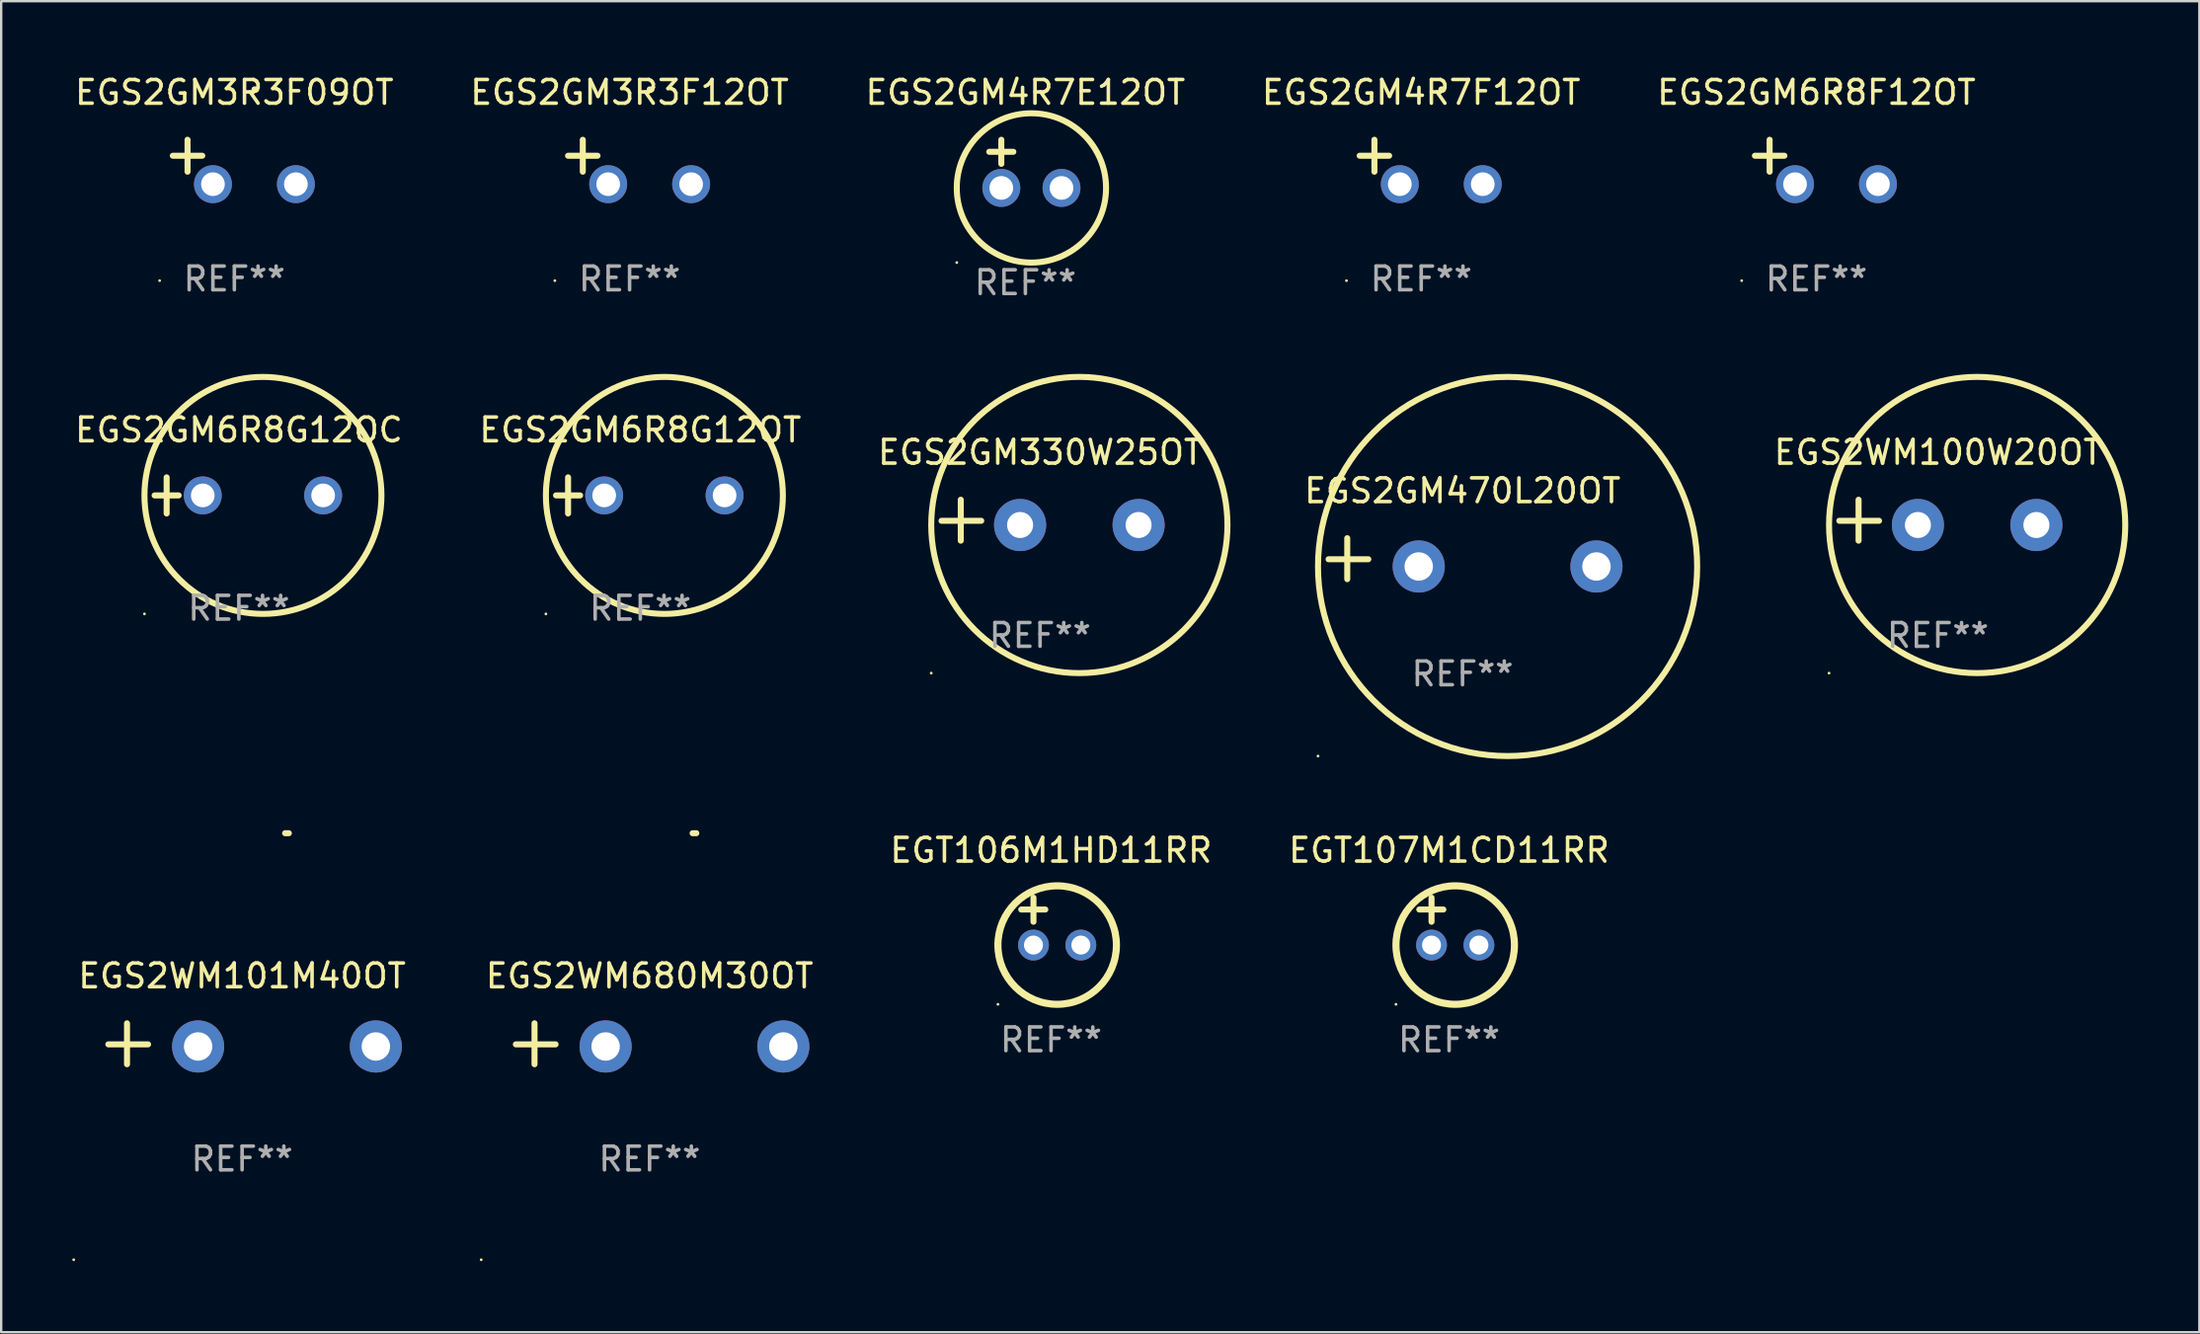
<source format=kicad_pcb>
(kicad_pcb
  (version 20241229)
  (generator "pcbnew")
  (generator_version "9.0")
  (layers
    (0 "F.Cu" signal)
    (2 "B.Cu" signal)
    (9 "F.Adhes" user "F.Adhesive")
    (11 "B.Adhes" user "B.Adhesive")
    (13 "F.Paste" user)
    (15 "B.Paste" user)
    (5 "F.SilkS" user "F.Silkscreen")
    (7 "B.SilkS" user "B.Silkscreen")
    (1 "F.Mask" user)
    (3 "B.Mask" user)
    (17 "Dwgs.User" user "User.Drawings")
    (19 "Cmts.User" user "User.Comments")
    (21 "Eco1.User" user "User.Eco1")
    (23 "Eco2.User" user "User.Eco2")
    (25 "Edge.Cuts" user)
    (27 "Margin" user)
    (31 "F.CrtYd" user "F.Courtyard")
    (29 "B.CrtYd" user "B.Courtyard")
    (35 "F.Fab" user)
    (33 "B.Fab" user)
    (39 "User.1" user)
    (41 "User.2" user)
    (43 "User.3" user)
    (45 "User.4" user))
  (footprint "EGS2WM101M40OT"
    (layer "F.Cu")
    (at 7.166 40.996)
    (property "Reference" "EGS2WM101M40OT" (at 0 -2.864 0) (layer "F.SilkS") (effects (font (size 1 1) (thickness 0.15))))
    (attr through_hole)
    (fp_line (start -4.856 0.864) (end -4.856 -0.864) (stroke (width 0.254) (type solid)) (layer "F.SilkS"))
    (fp_line (start -3.967 0.025) (end -5.644 0.025) (stroke (width 0.254) (type solid)) (layer "F.SilkS"))
    (fp_arc (start 1.815024 -8.885649) (mid 1.893764 -8.88599) (end 1.972504 -8.885649) (stroke (width 0.254001) (type solid)) (layer "F.SilkS"))
    (fp_circle (center -7.106 9.114) (end -7.076 9.114) (stroke (width 0.06) (type solid)) (fill no) (layer "F.SilkS"))
    (fp_text user "REF**" (at 0 4.864 0) (layer "F.Fab") (effects (font (size 1 1) (thickness 0.15))))
    (pad "1" thru_hole circle (at -1.856 0.114) (size 2.2 2.2) (drill 1.2) (layers "*.Cu" "*.Mask"))
    (pad "2" thru_hole circle (at 5.644 0.114) (size 2.2 2.2) (drill 1.2) (layers "*.Cu" "*.Mask")))
  (footprint "EGS2GM6R8G12OT"
    (layer "F.Cu")
    (at 23.97 17.856)
    (property "Reference" "EGS2GM6R8G12OT" (at 0 -2.762 0) (layer "F.SilkS") (effects (font (size 1 1) (thickness 0.15))))
    (attr through_hole)
    (fp_line (start -3.556 0) (end -2.54 0) (stroke (width 0.254) (type solid)) (layer "F.SilkS"))
    (fp_line (start -3.048 -0.762) (end -3.048 0.762) (stroke (width 0.254) (type solid)) (layer "F.SilkS"))
    (fp_circle (center -3.984 5) (end -3.954 5) (stroke (width 0.06) (type solid)) (fill no) (layer "F.SilkS"))
    (fp_circle (center 1.016 0) (end 6.016 0) (stroke (width 0.254) (type solid)) (fill no) (layer "F.SilkS"))
    (fp_text user "REF**" (at 0 4.762 0) (layer "F.Fab") (effects (font (size 1 1) (thickness 0.15))))
    (pad "1" thru_hole circle (at -1.524 0) (size 1.6 1.6) (drill 1) (layers "*.Cu" "*.Mask"))
    (pad "2" thru_hole circle (at 3.556 0) (size 1.6 1.6) (drill 1) (layers "*.Cu" "*.Mask")))
  (footprint "EGS2GM470L20OT"
    (layer "F.Cu")
    (at 58.666 20.525)
    (property "Reference" "EGS2GM470L20OT" (at 0 -2.864 0) (layer "F.SilkS") (effects (font (size 1 1) (thickness 0.15))))
    (attr through_hole)
    (fp_line (start -4.864 0.864) (end -4.864 -0.864) (stroke (width 0.254) (type solid)) (layer "F.SilkS"))
    (fp_line (start -3.975 0.025) (end -5.652 0.025) (stroke (width 0.254) (type solid)) (layer "F.SilkS"))
    (fp_circle (center -6.098 8.33) (end -6.068 8.33) (stroke (width 0.06) (type solid)) (fill no) (layer "F.SilkS"))
    (fp_circle (center 1.902 0.33) (end 9.902 0.33) (stroke (width 0.254) (type solid)) (fill no) (layer "F.SilkS"))
    (fp_text user "REF**" (at 0 4.864 0) (layer "F.Fab") (effects (font (size 1 1) (thickness 0.15))))
    (pad "1" thru_hole circle (at -1.848 0.33) (size 2.2 2.2) (drill 1.2) (layers "*.Cu" "*.Mask"))
    (pad "2" thru_hole circle (at 5.652 0.33) (size 2.2 2.2) (drill 1.2) (layers "*.Cu" "*.Mask")))
  (footprint "EGS2GM6R8G12OC"
    (layer "F.Cu")
    (at 7.03 17.856)
    (property "Reference" "EGS2GM6R8G12OC" (at 0 -2.762 0) (layer "F.SilkS") (effects (font (size 1 1) (thickness 0.15))))
    (attr through_hole)
    (fp_line (start -3.556 0) (end -2.54 0) (stroke (width 0.254) (type solid)) (layer "F.SilkS"))
    (fp_line (start -3.048 -0.762) (end -3.048 0.762) (stroke (width 0.254) (type solid)) (layer "F.SilkS"))
    (fp_circle (center -3.984 5) (end -3.954 5) (stroke (width 0.06) (type solid)) (fill no) (layer "F.SilkS"))
    (fp_circle (center 1.016 0) (end 6.016 0) (stroke (width 0.254) (type solid)) (fill no) (layer "F.SilkS"))
    (fp_text user "REF**" (at 0 4.762 0) (layer "F.Fab") (effects (font (size 1 1) (thickness 0.15))))
    (pad "1" thru_hole circle (at -1.524 0) (size 1.6 1.6) (drill 1) (layers "*.Cu" "*.Mask"))
    (pad "2" thru_hole circle (at 3.556 0) (size 1.6 1.6) (drill 1) (layers "*.Cu" "*.Mask")))
  (footprint "EGS2WM680M30OT"
    (layer "F.Cu")
    (at 24.362 40.996)
    (property "Reference" "EGS2WM680M30OT" (at 0 -2.864 0) (layer "F.SilkS") (effects (font (size 1 1) (thickness 0.15))))
    (attr through_hole)
    (fp_line (start -4.856 0.864) (end -4.856 -0.864) (stroke (width 0.254) (type solid)) (layer "F.SilkS"))
    (fp_line (start -3.967 0.025) (end -5.644 0.025) (stroke (width 0.254) (type solid)) (layer "F.SilkS"))
    (fp_arc (start 1.815024 -8.885649) (mid 1.893764 -8.88599) (end 1.972504 -8.885649) (stroke (width 0.254001) (type solid)) (layer "F.SilkS"))
    (fp_circle (center -7.106 9.114) (end -7.076 9.114) (stroke (width 0.06) (type solid)) (fill no) (layer "F.SilkS"))
    (fp_text user "REF**" (at 0 4.864 0) (layer "F.Fab") (effects (font (size 1 1) (thickness 0.15))))
    (pad "1" thru_hole circle (at -1.856 0.114) (size 2.2 2.2) (drill 1.2) (layers "*.Cu" "*.Mask"))
    (pad "2" thru_hole circle (at 5.644 0.114) (size 2.2 2.2) (drill 1.2) (layers "*.Cu" "*.Mask")))
  (footprint "EGS2GM4R7E12OT"
    (layer "F.Cu")
    (at 40.22 3.864)
    (property "Reference" "EGS2GM4R7E12OT" (at 0 -3.016 0) (layer "F.SilkS") (effects (font (size 1 1) (thickness 0.15))))
    (attr through_hole)
    (fp_line (start -1.524 -0.508) (end -0.508 -0.508) (stroke (width 0.254) (type solid)) (layer "F.SilkS"))
    (fp_line (start -1.016 -1.016) (end -1.016 0) (stroke (width 0.254) (type solid)) (layer "F.SilkS"))
    (fp_circle (center -2.896 4.166) (end -2.866 4.166) (stroke (width 0.06) (type solid)) (fill no) (layer "F.SilkS"))
    (fp_circle (center 0.254 1.016) (end 3.404 1.016) (stroke (width 0.254) (type solid)) (fill no) (layer "F.SilkS"))
    (fp_text user "REF**" (at 0 5.016 0) (layer "F.Fab") (effects (font (size 1 1) (thickness 0.15))))
    (pad "1" thru_hole circle (at -1.016 1.016) (size 1.6 1.6) (drill 1) (layers "*.Cu" "*.Mask"))
    (pad "2" thru_hole circle (at 1.524 1.016) (size 1.6 1.6) (drill 1) (layers "*.Cu" "*.Mask")))
  (footprint "EGS2WM100W20OT"
    (layer "F.Cu")
    (at 78.725 18.902)
    (property "Reference" "EGS2WM100W20OT" (at 0 -2.864 0) (layer "F.SilkS") (effects (font (size 1 1) (thickness 0.15))))
    (attr through_hole)
    (fp_line (start -3.346 0.864) (end -3.346 -0.864) (stroke (width 0.254) (type solid)) (layer "F.SilkS"))
    (fp_line (start -2.482 0.025) (end -4.158 0.025) (stroke (width 0.254) (type solid)) (layer "F.SilkS"))
    (fp_circle (center -4.592 6.453) (end -4.562 6.453) (stroke (width 0.06) (type solid)) (fill no) (layer "F.SilkS"))
    (fp_circle (center 1.658 0.203) (end 7.908 0.203) (stroke (width 0.254) (type solid)) (fill no) (layer "F.SilkS"))
    (fp_text user "REF**" (at 0 4.864 0) (layer "F.Fab") (effects (font (size 1 1) (thickness 0.15))))
    (pad "1" thru_hole circle (at -0.842 0.203) (size 2.2 2.2) (drill 1.1) (layers "*.Cu" "*.Mask"))
    (pad "2" thru_hole circle (at 4.158 0.203) (size 2.2 2.2) (drill 1.1) (layers "*.Cu" "*.Mask")))
  (footprint "EGS2GM3R3F12OT"
    (layer "F.Cu")
    (at 23.518 3.785)
    (property "Reference" "EGS2GM3R3F12OT" (at 0 -2.937 0) (layer "F.SilkS") (effects (font (size 1 1) (thickness 0.15))))
    (attr through_hole)
    (fp_line (start -1.975 0.41) (end -1.975 -0.937) (stroke (width 0.254) (type solid)) (layer "F.SilkS"))
    (fp_line (start -1.353 -0.263) (end -2.597 -0.263) (stroke (width 0.254) (type solid)) (layer "F.SilkS"))
    (fp_arc (start 0.849809 -3.063957) (mid 0.885369 -3.064114) (end 0.920929 -3.063957) (stroke (width 0.254001) (type solid)) (layer "F.SilkS"))
    (fp_circle (center -3.154 5.008) (end -3.124 5.008) (stroke (width 0.06) (type solid)) (fill no) (layer "F.SilkS"))
    (fp_text user "REF**" (at 0 4.937 0) (layer "F.Fab") (effects (font (size 1 1) (thickness 0.15))))
    (pad "1" thru_hole circle (at -0.903 0.937) (size 1.6 1.6) (drill 1) (layers "*.Cu" "*.Mask"))
    (pad "2" thru_hole circle (at 2.597 0.937) (size 1.6 1.6) (drill 1) (layers "*.Cu" "*.Mask")))
  (footprint "EGS2GM4R7F12OT"
    (layer "F.Cu")
    (at 56.923 3.785)
    (property "Reference" "EGS2GM4R7F12OT" (at 0 -2.937 0) (layer "F.SilkS") (effects (font (size 1 1) (thickness 0.15))))
    (attr through_hole)
    (fp_line (start -1.975 0.41) (end -1.975 -0.937) (stroke (width 0.254) (type solid)) (layer "F.SilkS"))
    (fp_line (start -1.353 -0.263) (end -2.597 -0.263) (stroke (width 0.254) (type solid)) (layer "F.SilkS"))
    (fp_arc (start 0.849809 -3.063957) (mid 0.885369 -3.064114) (end 0.920929 -3.063957) (stroke (width 0.254001) (type solid)) (layer "F.SilkS"))
    (fp_circle (center -3.154 5.008) (end -3.124 5.008) (stroke (width 0.06) (type solid)) (fill no) (layer "F.SilkS"))
    (fp_text user "REF**" (at 0 4.937 0) (layer "F.Fab") (effects (font (size 1 1) (thickness 0.15))))
    (pad "1" thru_hole circle (at -0.903 0.937) (size 1.6 1.6) (drill 1) (layers "*.Cu" "*.Mask"))
    (pad "2" thru_hole circle (at 2.597 0.937) (size 1.6 1.6) (drill 1) (layers "*.Cu" "*.Mask")))
  (footprint "EGS2GM3R3F09OT"
    (layer "F.Cu")
    (at 6.839 3.785)
    (property "Reference" "EGS2GM3R3F09OT" (at 0 -2.937 0) (layer "F.SilkS") (effects (font (size 1 1) (thickness 0.15))))
    (attr through_hole)
    (fp_line (start -1.975 0.41) (end -1.975 -0.937) (stroke (width 0.254) (type solid)) (layer "F.SilkS"))
    (fp_line (start -1.353 -0.263) (end -2.597 -0.263) (stroke (width 0.254) (type solid)) (layer "F.SilkS"))
    (fp_arc (start 0.849809 -3.063957) (mid 0.885369 -3.064114) (end 0.920929 -3.063957) (stroke (width 0.254001) (type solid)) (layer "F.SilkS"))
    (fp_circle (center -3.154 5.008) (end -3.124 5.008) (stroke (width 0.06) (type solid)) (fill no) (layer "F.SilkS"))
    (fp_text user "REF**" (at 0 4.937 0) (layer "F.Fab") (effects (font (size 1 1) (thickness 0.15))))
    (pad "1" thru_hole circle (at -0.903 0.937) (size 1.6 1.6) (drill 1) (layers "*.Cu" "*.Mask"))
    (pad "2" thru_hole circle (at 2.597 0.937) (size 1.6 1.6) (drill 1) (layers "*.Cu" "*.Mask")))
  (footprint "EGS2GM6R8F12OT"
    (layer "F.Cu")
    (at 73.601 3.785)
    (property "Reference" "EGS2GM6R8F12OT" (at 0 -2.937 0) (layer "F.SilkS") (effects (font (size 1 1) (thickness 0.15))))
    (attr through_hole)
    (fp_line (start -1.975 0.41) (end -1.975 -0.937) (stroke (width 0.254) (type solid)) (layer "F.SilkS"))
    (fp_line (start -1.353 -0.263) (end -2.597 -0.263) (stroke (width 0.254) (type solid)) (layer "F.SilkS"))
    (fp_arc (start 0.849809 -3.063957) (mid 0.885369 -3.064114) (end 0.920929 -3.063957) (stroke (width 0.254001) (type solid)) (layer "F.SilkS"))
    (fp_circle (center -3.154 5.008) (end -3.124 5.008) (stroke (width 0.06) (type solid)) (fill no) (layer "F.SilkS"))
    (fp_text user "REF**" (at 0 4.937 0) (layer "F.Fab") (effects (font (size 1 1) (thickness 0.15))))
    (pad "1" thru_hole circle (at -0.903 0.937) (size 1.6 1.6) (drill 1) (layers "*.Cu" "*.Mask"))
    (pad "2" thru_hole circle (at 2.597 0.937) (size 1.6 1.6) (drill 1) (layers "*.Cu" "*.Mask")))
  (footprint "EGS2GM330W25OT"
    (layer "F.Cu")
    (at 40.839 18.902)
    (property "Reference" "EGS2GM330W25OT" (at 0 -2.864 0) (layer "F.SilkS") (effects (font (size 1 1) (thickness 0.15))))
    (attr through_hole)
    (fp_line (start -3.346 0.864) (end -3.346 -0.864) (stroke (width 0.254) (type solid)) (layer "F.SilkS"))
    (fp_line (start -2.482 0.025) (end -4.158 0.025) (stroke (width 0.254) (type solid)) (layer "F.SilkS"))
    (fp_circle (center -4.592 6.453) (end -4.562 6.453) (stroke (width 0.06) (type solid)) (fill no) (layer "F.SilkS"))
    (fp_circle (center 1.658 0.203) (end 7.908 0.203) (stroke (width 0.254) (type solid)) (fill no) (layer "F.SilkS"))
    (fp_text user "REF**" (at 0 4.864 0) (layer "F.Fab") (effects (font (size 1 1) (thickness 0.15))))
    (pad "1" thru_hole circle (at -0.842 0.203) (size 2.2 2.2) (drill 1.1) (layers "*.Cu" "*.Mask"))
    (pad "2" thru_hole circle (at 4.158 0.203) (size 2.2 2.2) (drill 1.1) (layers "*.Cu" "*.Mask")))
  (footprint "EGT107M1CD11RR"
    (layer "F.Cu")
    (at 58.1 35.831)
    (property "Reference" "EGT107M1CD11RR" (at 0 -3 0) (layer "F.SilkS") (effects (font (size 1 1) (thickness 0.15))))
    (attr through_hole)
    (fp_line (start -1.258 -0.5) (end -0.242 -0.5) (stroke (width 0.254) (type solid)) (layer "F.SilkS"))
    (fp_line (start -0.742 -1) (end -0.742 0.016) (stroke (width 0.254) (type solid)) (layer "F.SilkS"))
    (fp_circle (center -2.242 3.5) (end -2.212 3.5) (stroke (width 0.06) (type solid)) (fill no) (layer "F.SilkS"))
    (fp_circle (center 0.258 1) (end 2.758 1) (stroke (width 0.3) (type solid)) (fill no) (layer "F.SilkS"))
    (fp_text user "REF**" (at 0 5 0) (layer "F.Fab") (effects (font (size 1 1) (thickness 0.15))))
    (pad "1" thru_hole circle (at -0.742 1) (size 1.3 1.3) (drill 0.8) (layers "*.Cu" "*.Mask"))
    (pad "2" thru_hole circle (at 1.258 1) (size 1.3 1.3) (drill 0.8) (layers "*.Cu" "*.Mask")))
  (footprint "EGT106M1HD11RR"
    (layer "F.Cu")
    (at 41.303 35.831)
    (property "Reference" "EGT106M1HD11RR" (at 0 -3 0) (layer "F.SilkS") (effects (font (size 1 1) (thickness 0.15))))
    (attr through_hole)
    (fp_line (start -1.258 -0.5) (end -0.242 -0.5) (stroke (width 0.254) (type solid)) (layer "F.SilkS"))
    (fp_line (start -0.742 -1) (end -0.742 0.016) (stroke (width 0.254) (type solid)) (layer "F.SilkS"))
    (fp_circle (center -2.242 3.5) (end -2.212 3.5) (stroke (width 0.06) (type solid)) (fill no) (layer "F.SilkS"))
    (fp_circle (center 0.258 1) (end 2.758 1) (stroke (width 0.3) (type solid)) (fill no) (layer "F.SilkS"))
    (fp_text user "REF**" (at 0 5 0) (layer "F.Fab") (effects (font (size 1 1) (thickness 0.15))))
    (pad "1" thru_hole circle (at -0.742 1) (size 1.3 1.3) (drill 0.8) (layers "*.Cu" "*.Mask"))
    (pad "2" thru_hole circle (at 1.258 1) (size 1.3 1.3) (drill 0.8) (layers "*.Cu" "*.Mask")))
  (gr_rect
    (start -3 -3)
    (end 89.76 53.169)
    (stroke (width 0.1) (type default))
    (fill no)
    (layer "Edge.Cuts")))
</source>
